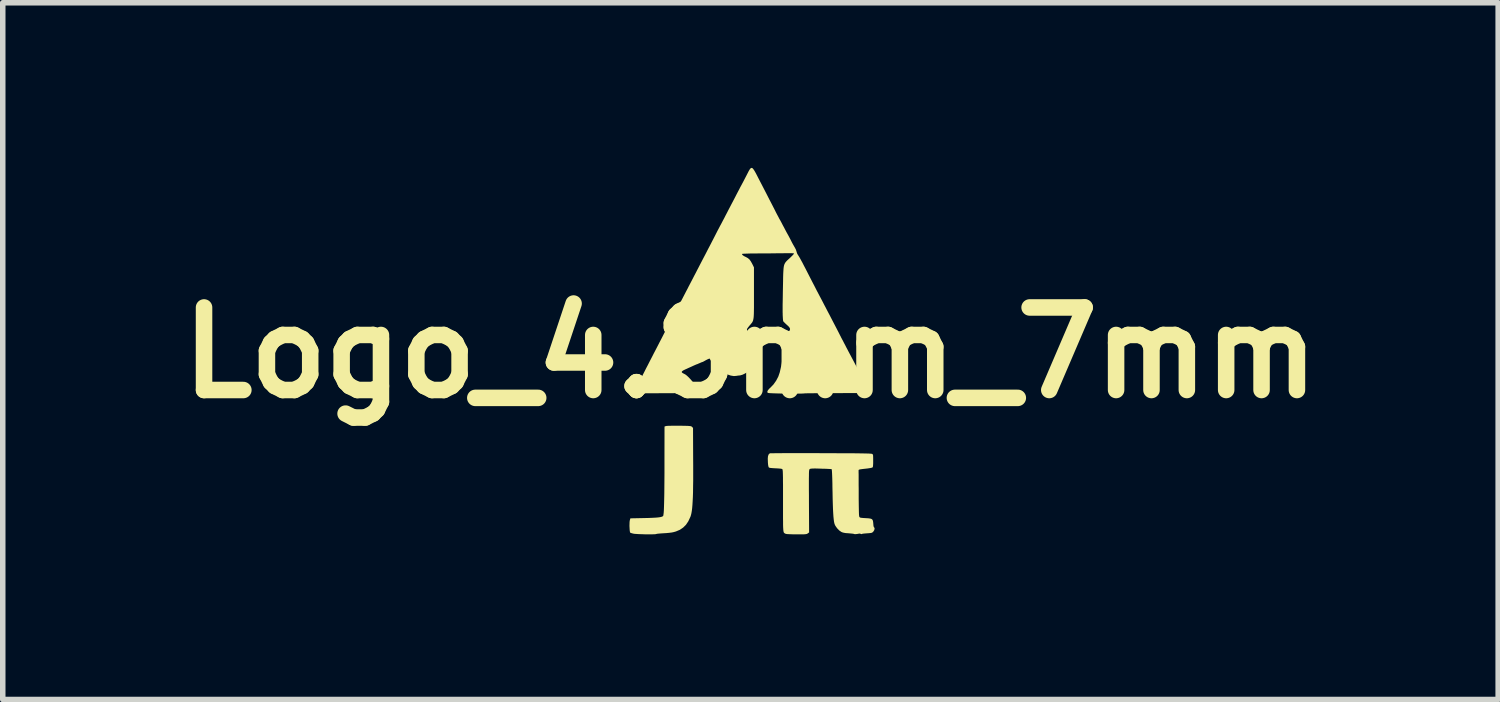
<source format=kicad_pcb>
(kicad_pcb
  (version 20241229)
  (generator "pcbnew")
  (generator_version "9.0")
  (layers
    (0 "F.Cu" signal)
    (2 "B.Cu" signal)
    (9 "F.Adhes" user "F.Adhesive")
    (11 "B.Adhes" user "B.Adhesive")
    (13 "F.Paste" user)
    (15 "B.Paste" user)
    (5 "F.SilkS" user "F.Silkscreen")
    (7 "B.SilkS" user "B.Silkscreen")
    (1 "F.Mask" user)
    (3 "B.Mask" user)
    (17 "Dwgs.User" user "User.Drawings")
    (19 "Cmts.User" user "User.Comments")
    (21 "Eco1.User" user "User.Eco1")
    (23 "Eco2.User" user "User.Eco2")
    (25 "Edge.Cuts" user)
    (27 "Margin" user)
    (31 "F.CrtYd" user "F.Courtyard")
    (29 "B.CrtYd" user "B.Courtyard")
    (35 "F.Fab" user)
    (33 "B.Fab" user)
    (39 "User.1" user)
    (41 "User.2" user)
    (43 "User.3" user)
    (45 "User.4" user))
  (footprint "Logo_4.8mm_7mm"
    (layer "F.Cu")
    (at 10.586 3.358)
    (property "Reference" "Logo_4.8mm_7mm" (at 0 0 0) (layer "F.SilkS") (effects (font (size 1.5 1.5) (thickness 0.3))))
    (attr board_only exclude_from_pos_files exclude_from_bom)
    (fp_poly (pts (xy -1.32 1.327) (xy -1.299 1.327) (xy -1.233 1.328) (xy -1.181 1.329) (xy -1.142 1.33) (xy -1.114 1.332) (xy -1.095 1.334) (xy -1.081 1.337) (xy -1.073 1.34) (xy -1.066 1.345) (xy -1.063 1.348) (xy -1.044 1.367) (xy -1.042 1.889) (xy -1.041 2.048) (xy -1.041 2.192) (xy -1.041 2.32) (xy -1.043 2.434) (xy -1.044 2.535) (xy -1.047 2.624) (xy -1.051 2.701) (xy -1.055 2.768) (xy -1.06 2.826) (xy -1.066 2.874) (xy -1.073 2.915) (xy -1.081 2.949) (xy -1.09 2.978) (xy -1.093 2.985) (xy -1.13 3.064) (xy -1.173 3.128) (xy -1.224 3.178) (xy -1.283 3.218) (xy -1.354 3.248) (xy -1.396 3.26) (xy -1.43 3.267) (xy -1.476 3.273) (xy -1.529 3.278) (xy -1.58 3.281) (xy -1.625 3.284) (xy -1.663 3.287) (xy -1.692 3.29) (xy -1.708 3.293) (xy -1.711 3.294) (xy -1.721 3.297) (xy -1.744 3.299) (xy -1.779 3.3) (xy -1.823 3.301) (xy -1.872 3.301) (xy -1.924 3.3) (xy -1.976 3.298) (xy -2.024 3.297) (xy -2.067 3.294) (xy -2.102 3.292) (xy -2.123 3.289) (xy -2.152 3.282) (xy -2.175 3.275) (xy -2.187 3.268) (xy -2.187 3.268) (xy -2.191 3.252) (xy -2.195 3.224) (xy -2.197 3.187) (xy -2.199 3.147) (xy -2.198 3.108) (xy -2.197 3.074) (xy -2.193 3.049) (xy -2.193 3.046) (xy -2.182 3.01) (xy -1.933 3.005) (xy -1.847 3.003) (xy -1.776 3) (xy -1.719 2.997) (xy -1.674 2.993) (xy -1.64 2.988) (xy -1.615 2.982) (xy -1.598 2.975) (xy -1.588 2.968) (xy -1.584 2.959) (xy -1.581 2.939) (xy -1.577 2.908) (xy -1.574 2.865) (xy -1.572 2.81) (xy -1.57 2.743) (xy -1.568 2.662) (xy -1.566 2.567) (xy -1.565 2.457) (xy -1.564 2.333) (xy -1.563 2.194) (xy -1.563 2.038) (xy -1.563 1.944) (xy -1.562 1.342) (xy -1.539 1.334) (xy -1.523 1.331) (xy -1.492 1.329) (xy -1.446 1.328) (xy -1.389 1.327)) (stroke (width 0) (type solid)) (fill yes) (layer "F.SilkS"))
    (fp_poly (pts (xy 1.04 1.825) (xy 1.159 1.825) (xy 1.281 1.826) (xy 1.284 1.826) (xy 1.433 1.826) (xy 1.566 1.827) (xy 1.684 1.827) (xy 1.788 1.828) (xy 1.878 1.828) (xy 1.955 1.829) (xy 2.02 1.83) (xy 2.074 1.831) (xy 2.118 1.832) (xy 2.152 1.833) (xy 2.178 1.835) (xy 2.196 1.836) (xy 2.206 1.838) (xy 2.21 1.839) (xy 2.218 1.844) (xy 2.223 1.852) (xy 2.227 1.864) (xy 2.228 1.884) (xy 2.229 1.915) (xy 2.229 1.96) (xy 2.229 1.963) (xy 2.229 2.011) (xy 2.227 2.046) (xy 2.225 2.068) (xy 2.22 2.081) (xy 2.217 2.085) (xy 2.204 2.09) (xy 2.178 2.096) (xy 2.145 2.101) (xy 2.126 2.104) (xy 2.07 2.11) (xy 2.029 2.115) (xy 1.999 2.119) (xy 1.981 2.123) (xy 1.97 2.127) (xy 1.965 2.132) (xy 1.964 2.138) (xy 1.964 2.138) (xy 1.964 2.15) (xy 1.964 2.176) (xy 1.965 2.216) (xy 1.965 2.268) (xy 1.965 2.329) (xy 1.965 2.399) (xy 1.966 2.476) (xy 1.966 2.558) (xy 1.966 2.561) (xy 1.966 2.658) (xy 1.967 2.739) (xy 1.968 2.806) (xy 1.969 2.859) (xy 1.97 2.902) (xy 1.971 2.934) (xy 1.973 2.957) (xy 1.975 2.973) (xy 1.978 2.982) (xy 1.979 2.985) (xy 1.987 2.993) (xy 1.999 2.998) (xy 2.02 3.001) (xy 2.051 3.004) (xy 2.087 3.006) (xy 2.138 3.009) (xy 2.176 3.014) (xy 2.201 3.022) (xy 2.216 3.036) (xy 2.225 3.056) (xy 2.229 3.084) (xy 2.231 3.105) (xy 2.234 3.142) (xy 2.239 3.165) (xy 2.244 3.173) (xy 2.254 3.184) (xy 2.254 3.203) (xy 2.247 3.227) (xy 2.233 3.249) (xy 2.231 3.251) (xy 2.22 3.262) (xy 2.209 3.27) (xy 2.193 3.275) (xy 2.169 3.278) (xy 2.134 3.281) (xy 2.117 3.282) (xy 2.08 3.285) (xy 2.049 3.288) (xy 2.028 3.292) (xy 2.021 3.295) (xy 2.012 3.297) (xy 2.005 3.293) (xy 1.987 3.287) (xy 1.97 3.288) (xy 1.938 3.294) (xy 1.909 3.297) (xy 1.886 3.296) (xy 1.879 3.293) (xy 1.867 3.29) (xy 1.843 3.287) (xy 1.809 3.284) (xy 1.779 3.281) (xy 1.731 3.278) (xy 1.696 3.272) (xy 1.67 3.265) (xy 1.651 3.257) (xy 1.611 3.229) (xy 1.573 3.189) (xy 1.542 3.145) (xy 1.53 3.119) (xy 1.523 3.097) (xy 1.517 3.067) (xy 1.512 3.027) (xy 1.507 2.977) (xy 1.503 2.916) (xy 1.499 2.842) (xy 1.496 2.755) (xy 1.493 2.653) (xy 1.491 2.537) (xy 1.489 2.456) (xy 1.488 2.367) (xy 1.486 2.294) (xy 1.484 2.235) (xy 1.482 2.19) (xy 1.48 2.156) (xy 1.478 2.134) (xy 1.476 2.121) (xy 1.473 2.116) (xy 1.462 2.115) (xy 1.436 2.113) (xy 1.399 2.111) (xy 1.353 2.109) (xy 1.3 2.108) (xy 1.278 2.107) (xy 1.216 2.105) (xy 1.17 2.104) (xy 1.135 2.105) (xy 1.111 2.106) (xy 1.094 2.108) (xy 1.084 2.111) (xy 1.077 2.115) (xy 1.073 2.118) (xy 1.07 2.122) (xy 1.068 2.129) (xy 1.066 2.138) (xy 1.064 2.153) (xy 1.063 2.174) (xy 1.062 2.201) (xy 1.062 2.237) (xy 1.061 2.283) (xy 1.061 2.339) (xy 1.061 2.408) (xy 1.061 2.49) (xy 1.062 2.586) (xy 1.062 2.697) (xy 1.065 3.266) (xy 1.04 3.284) (xy 1.031 3.29) (xy 1.021 3.294) (xy 1.007 3.297) (xy 0.987 3.299) (xy 0.959 3.301) (xy 0.92 3.301) (xy 0.868 3.301) (xy 0.835 3.301) (xy 0.763 3.3) (xy 0.707 3.298) (xy 0.667 3.296) (xy 0.643 3.292) (xy 0.636 3.29) (xy 0.627 3.285) (xy 0.62 3.281) (xy 0.613 3.277) (xy 0.608 3.27) (xy 0.603 3.261) (xy 0.6 3.247) (xy 0.597 3.228) (xy 0.595 3.202) (xy 0.593 3.168) (xy 0.592 3.124) (xy 0.592 3.071) (xy 0.591 3.006) (xy 0.591 2.927) (xy 0.591 2.835) (xy 0.591 2.728) (xy 0.591 2.693) (xy 0.591 2.58) (xy 0.591 2.482) (xy 0.591 2.399) (xy 0.59 2.329) (xy 0.59 2.272) (xy 0.589 2.225) (xy 0.588 2.189) (xy 0.587 2.161) (xy 0.585 2.142) (xy 0.583 2.128) (xy 0.581 2.12) (xy 0.579 2.117) (xy 0.568 2.111) (xy 0.546 2.107) (xy 0.511 2.104) (xy 0.462 2.101) (xy 0.456 2.101) (xy 0.405 2.098) (xy 0.369 2.095) (xy 0.346 2.091) (xy 0.334 2.086) (xy 0.333 2.085) (xy 0.326 2.069) (xy 0.32 2.038) (xy 0.316 1.991) (xy 0.316 1.984) (xy 0.314 1.925) (xy 0.318 1.881) (xy 0.329 1.85) (xy 0.345 1.833) (xy 0.356 1.828) (xy 0.367 1.828) (xy 0.394 1.827) (xy 0.435 1.827) (xy 0.49 1.826) (xy 0.557 1.826) (xy 0.636 1.825) (xy 0.725 1.825) (xy 0.822 1.825) (xy 0.928 1.825)) (stroke (width 0) (type solid)) (fill yes) (layer "F.SilkS"))
    (fp_poly (pts (xy 0.034 -3.354) (xy 0.051 -3.336) (xy 0.072 -3.305) (xy 0.097 -3.261) (xy 0.128 -3.201) (xy 0.137 -3.183) (xy 0.167 -3.125) (xy 0.202 -3.058) (xy 0.237 -2.99) (xy 0.269 -2.928) (xy 0.281 -2.905) (xy 0.308 -2.852) (xy 0.34 -2.789) (xy 0.375 -2.722) (xy 0.409 -2.656) (xy 0.439 -2.597) (xy 0.464 -2.547) (xy 0.487 -2.503) (xy 0.507 -2.466) (xy 0.521 -2.438) (xy 0.53 -2.422) (xy 0.532 -2.419) (xy 0.538 -2.409) (xy 0.55 -2.387) (xy 0.567 -2.355) (xy 0.586 -2.318) (xy 0.593 -2.305) (xy 0.615 -2.264) (xy 0.636 -2.224) (xy 0.653 -2.191) (xy 0.666 -2.169) (xy 0.667 -2.166) (xy 0.679 -2.145) (xy 0.696 -2.114) (xy 0.716 -2.076) (xy 0.737 -2.036) (xy 0.737 -2.035) (xy 0.757 -1.996) (xy 0.776 -1.961) (xy 0.792 -1.934) (xy 0.801 -1.917) (xy 0.802 -1.917) (xy 0.825 -1.873) (xy 0.84 -1.825) (xy 0.841 -1.821) (xy 0.849 -1.799) (xy 0.863 -1.774) (xy 0.869 -1.766) (xy 0.879 -1.75) (xy 0.896 -1.722) (xy 0.917 -1.683) (xy 0.943 -1.636) (xy 0.97 -1.583) (xy 0.999 -1.528) (xy 1.045 -1.438) (xy 1.086 -1.358) (xy 1.124 -1.284) (xy 1.162 -1.211) (xy 1.201 -1.134) (xy 1.246 -1.049) (xy 1.259 -1.024) (xy 1.291 -0.964) (xy 1.318 -0.912) (xy 1.342 -0.865) (xy 1.365 -0.822) (xy 1.387 -0.779) (xy 1.41 -0.735) (xy 1.435 -0.688) (xy 1.463 -0.634) (xy 1.495 -0.572) (xy 1.533 -0.499) (xy 1.571 -0.426) (xy 1.591 -0.387) (xy 1.61 -0.35) (xy 1.625 -0.32) (xy 1.635 -0.301) (xy 1.636 -0.3) (xy 1.647 -0.276) (xy 1.657 -0.258) (xy 1.664 -0.244) (xy 1.678 -0.219) (xy 1.695 -0.185) (xy 1.715 -0.147) (xy 1.717 -0.144) (xy 1.739 -0.1) (xy 1.762 -0.057) (xy 1.782 -0.018) (xy 1.796 0.008) (xy 1.826 0.064) (xy 1.862 0.132) (xy 1.903 0.21) (xy 1.947 0.294) (xy 1.953 0.305) (xy 1.974 0.344) (xy 1.994 0.381) (xy 2.01 0.411) (xy 2.02 0.428) (xy 2.034 0.451) (xy 2.051 0.484) (xy 2.068 0.519) (xy 2.071 0.525) (xy 2.09 0.564) (xy 2.113 0.605) (xy 2.135 0.639) (xy 2.136 0.641) (xy 2.158 0.678) (xy 2.169 0.704) (xy 2.167 0.722) (xy 2.157 0.73) (xy 2.146 0.73) (xy 2.12 0.731) (xy 2.08 0.732) (xy 2.028 0.733) (xy 1.964 0.733) (xy 1.89 0.734) (xy 1.808 0.734) (xy 1.718 0.734) (xy 1.623 0.735) (xy 1.566 0.735) (xy 1.469 0.735) (xy 1.376 0.735) (xy 1.289 0.735) (xy 1.209 0.736) (xy 1.139 0.737) (xy 1.078 0.737) (xy 1.03 0.738) (xy 0.995 0.739) (xy 0.974 0.74) (xy 0.97 0.741) (xy 0.957 0.742) (xy 0.929 0.743) (xy 0.889 0.744) (xy 0.838 0.744) (xy 0.777 0.744) (xy 0.71 0.744) (xy 0.639 0.743) (xy 0.636 0.743) (xy 0.546 0.742) (xy 0.472 0.74) (xy 0.413 0.738) (xy 0.368 0.736) (xy 0.337 0.734) (xy 0.319 0.731) (xy 0.312 0.729) (xy 0.305 0.711) (xy 0.314 0.687) (xy 0.338 0.657) (xy 0.364 0.633) (xy 0.418 0.577) (xy 0.466 0.509) (xy 0.505 0.435) (xy 0.531 0.36) (xy 0.536 0.339) (xy 0.544 0.303) (xy 0.552 0.268) (xy 0.557 0.247) (xy 0.568 0.193) (xy 0.577 0.126) (xy 0.584 0.05) (xy 0.589 -0.031) (xy 0.591 -0.113) (xy 0.591 -0.124) (xy 0.592 -0.188) (xy 0.593 -0.237) (xy 0.597 -0.274) (xy 0.604 -0.302) (xy 0.615 -0.323) (xy 0.629 -0.34) (xy 0.648 -0.354) (xy 0.656 -0.36) (xy 0.687 -0.38) (xy 0.705 -0.395) (xy 0.715 -0.41) (xy 0.718 -0.426) (xy 0.718 -0.431) (xy 0.715 -0.445) (xy 0.705 -0.461) (xy 0.687 -0.482) (xy 0.659 -0.507) (xy 0.633 -0.531) (xy 0.611 -0.553) (xy 0.597 -0.568) (xy 0.594 -0.573) (xy 0.592 -0.586) (xy 0.589 -0.613) (xy 0.587 -0.649) (xy 0.585 -0.688) (xy 0.585 -0.713) (xy 0.584 -0.734) (xy 0.584 -0.752) (xy 0.584 -0.77) (xy 0.584 -0.79) (xy 0.584 -0.812) (xy 0.584 -0.84) (xy 0.584 -0.873) (xy 0.585 -0.915) (xy 0.586 -0.967) (xy 0.587 -1.03) (xy 0.588 -1.107) (xy 0.59 -1.199) (xy 0.59 -1.203) (xy 0.592 -1.296) (xy 0.593 -1.374) (xy 0.595 -1.439) (xy 0.598 -1.491) (xy 0.601 -1.534) (xy 0.606 -1.569) (xy 0.613 -1.597) (xy 0.623 -1.62) (xy 0.635 -1.64) (xy 0.65 -1.658) (xy 0.668 -1.677) (xy 0.691 -1.698) (xy 0.71 -1.715) (xy 0.74 -1.744) (xy 0.766 -1.77) (xy 0.783 -1.789) (xy 0.791 -1.8) (xy 0.791 -1.802) (xy 0.782 -1.805) (xy 0.757 -1.807) (xy 0.718 -1.808) (xy 0.667 -1.808) (xy 0.65 -1.808) (xy 0.608 -1.807) (xy 0.553 -1.806) (xy 0.487 -1.806) (xy 0.413 -1.805) (xy 0.335 -1.804) (xy 0.254 -1.804) (xy 0.186 -1.804) (xy 0.113 -1.803) (xy 0.045 -1.803) (xy -0.015 -1.802) (xy -0.067 -1.8) (xy -0.108 -1.799) (xy -0.136 -1.797) (xy -0.15 -1.796) (xy -0.15 -1.796) (xy -0.154 -1.786) (xy -0.143 -1.773) (xy -0.12 -1.756) (xy -0.086 -1.739) (xy -0.085 -1.739) (xy -0.049 -1.719) (xy -0.02 -1.695) (xy 0.005 -1.661) (xy 0.031 -1.615) (xy 0.032 -1.613) (xy 0.063 -1.55) (xy 0.063 -1.085) (xy 0.063 -0.981) (xy 0.063 -0.893) (xy 0.063 -0.819) (xy 0.062 -0.757) (xy 0.061 -0.706) (xy 0.059 -0.664) (xy 0.056 -0.631) (xy 0.051 -0.604) (xy 0.046 -0.582) (xy 0.038 -0.564) (xy 0.029 -0.548) (xy 0.017 -0.533) (xy 0.004 -0.517) (xy -0.012 -0.499) (xy -0.016 -0.494) (xy -0.037 -0.468) (xy -0.054 -0.445) (xy -0.063 -0.43) (xy -0.064 -0.428) (xy -0.062 -0.408) (xy -0.046 -0.39) (xy -0.019 -0.375) (xy -0.006 -0.371) (xy 0.021 -0.36) (xy 0.043 -0.346) (xy 0.046 -0.343) (xy 0.052 -0.337) (xy 0.057 -0.329) (xy 0.06 -0.317) (xy 0.063 -0.3) (xy 0.065 -0.275) (xy 0.067 -0.239) (xy 0.068 -0.192) (xy 0.07 -0.13) (xy 0.07 -0.123) (xy 0.072 -0.034) (xy 0.072 0.04) (xy 0.069 0.101) (xy 0.065 0.152) (xy 0.057 0.194) (xy 0.046 0.229) (xy 0.031 0.261) (xy 0.012 0.29) (xy -0.008 0.314) (xy -0.031 0.336) (xy -0.065 0.359) (xy -0.103 0.38) (xy -0.142 0.399) (xy -0.177 0.41) (xy -0.198 0.414) (xy -0.225 0.416) (xy -0.254 0.421) (xy -0.254 0.421) (xy -0.302 0.425) (xy -0.358 0.416) (xy -0.418 0.396) (xy -0.481 0.366) (xy -0.545 0.327) (xy -0.6 0.284) (xy -0.638 0.249) (xy -0.666 0.217) (xy -0.689 0.182) (xy -0.695 0.17) (xy -0.711 0.142) (xy -0.726 0.12) (xy -0.737 0.108) (xy -0.739 0.107) (xy -0.751 0.109) (xy -0.774 0.118) (xy -0.802 0.132) (xy -0.808 0.135) (xy -0.836 0.151) (xy -0.858 0.163) (xy -0.871 0.169) (xy -0.872 0.169) (xy -0.883 0.172) (xy -0.904 0.181) (xy -0.925 0.19) (xy -0.951 0.201) (xy -0.969 0.209) (xy -0.976 0.211) (xy -0.985 0.214) (xy -1.005 0.223) (xy -1.033 0.235) (xy -1.041 0.239) (xy -1.078 0.256) (xy -1.123 0.276) (xy -1.166 0.296) (xy -1.176 0.3) (xy -1.216 0.319) (xy -1.24 0.335) (xy -1.25 0.349) (xy -1.245 0.361) (xy -1.226 0.374) (xy -1.214 0.38) (xy -1.185 0.395) (xy -1.156 0.417) (xy -1.124 0.447) (xy -1.086 0.487) (xy -1.059 0.519) (xy -1.029 0.553) (xy -0.995 0.587) (xy -0.963 0.615) (xy -0.951 0.624) (xy -0.924 0.644) (xy -0.903 0.662) (xy -0.89 0.674) (xy -0.889 0.675) (xy -0.88 0.695) (xy -0.88 0.715) (xy -0.89 0.728) (xy -0.893 0.729) (xy -0.904 0.73) (xy -0.93 0.731) (xy -0.97 0.732) (xy -1.023 0.733) (xy -1.088 0.733) (xy -1.162 0.734) (xy -1.245 0.735) (xy -1.335 0.735) (xy -1.43 0.736) (xy -1.501 0.736) (xy -2.094 0.739) (xy -2.112 0.721) (xy -2.13 0.702) (xy -2.095 0.651) (xy -2.082 0.632) (xy -2.07 0.613) (xy -2.058 0.593) (xy -2.045 0.57) (xy -2.029 0.542) (xy -2.011 0.507) (xy -1.988 0.463) (xy -1.96 0.409) (xy -1.926 0.343) (xy -1.9 0.291) (xy -1.868 0.23) (xy -1.836 0.167) (xy -1.805 0.107) (xy -1.777 0.053) (xy -1.754 0.007) (xy -1.739 -0.021) (xy -1.713 -0.071) (xy -1.684 -0.127) (xy -1.656 -0.182) (xy -1.636 -0.22) (xy -1.604 -0.282) (xy -1.569 -0.351) (xy -1.531 -0.423) (xy -1.492 -0.497) (xy -1.454 -0.571) (xy -1.418 -0.64) (xy -1.384 -0.705) (xy -1.355 -0.761) (xy -1.331 -0.806) (xy -1.315 -0.836) (xy -1.298 -0.868) (xy -1.275 -0.91) (xy -1.251 -0.957) (xy -1.227 -1.002) (xy -1.226 -1.005) (xy -1.2 -1.055) (xy -1.171 -1.111) (xy -1.142 -1.166) (xy -1.121 -1.208) (xy -1.095 -1.257) (xy -1.066 -1.313) (xy -1.037 -1.369) (xy -1.02 -1.402) (xy -0.995 -1.449) (xy -0.968 -1.502) (xy -0.942 -1.552) (xy -0.926 -1.583) (xy -0.869 -1.693) (xy -0.818 -1.79) (xy -0.774 -1.876) (xy -0.734 -1.952) (xy -0.699 -2.02) (xy -0.666 -2.084) (xy -0.65 -2.115) (xy -0.624 -2.166) (xy -0.598 -2.217) (xy -0.573 -2.264) (xy -0.553 -2.303) (xy -0.54 -2.326) (xy -0.521 -2.362) (xy -0.498 -2.406) (xy -0.473 -2.453) (xy -0.454 -2.491) (xy -0.428 -2.54) (xy -0.4 -2.595) (xy -0.372 -2.648) (xy -0.355 -2.681) (xy -0.314 -2.759) (xy -0.28 -2.824) (xy -0.252 -2.879) (xy -0.228 -2.925) (xy -0.207 -2.964) (xy -0.189 -3) (xy -0.171 -3.033) (xy -0.156 -3.061) (xy -0.131 -3.108) (xy -0.103 -3.162) (xy -0.075 -3.216) (xy -0.055 -3.255) (xy -0.033 -3.298) (xy -0.014 -3.33) (xy 0.002 -3.35) (xy 0.018 -3.358)) (stroke (width 0) (type solid)) (fill yes) (layer "F.SilkS")))
  (gr_rect
    (start -3 -3)
    (end 24.171 9.659)
    (stroke (width 0.1) (type default))
    (fill no)
    (layer "Edge.Cuts")))
</source>
